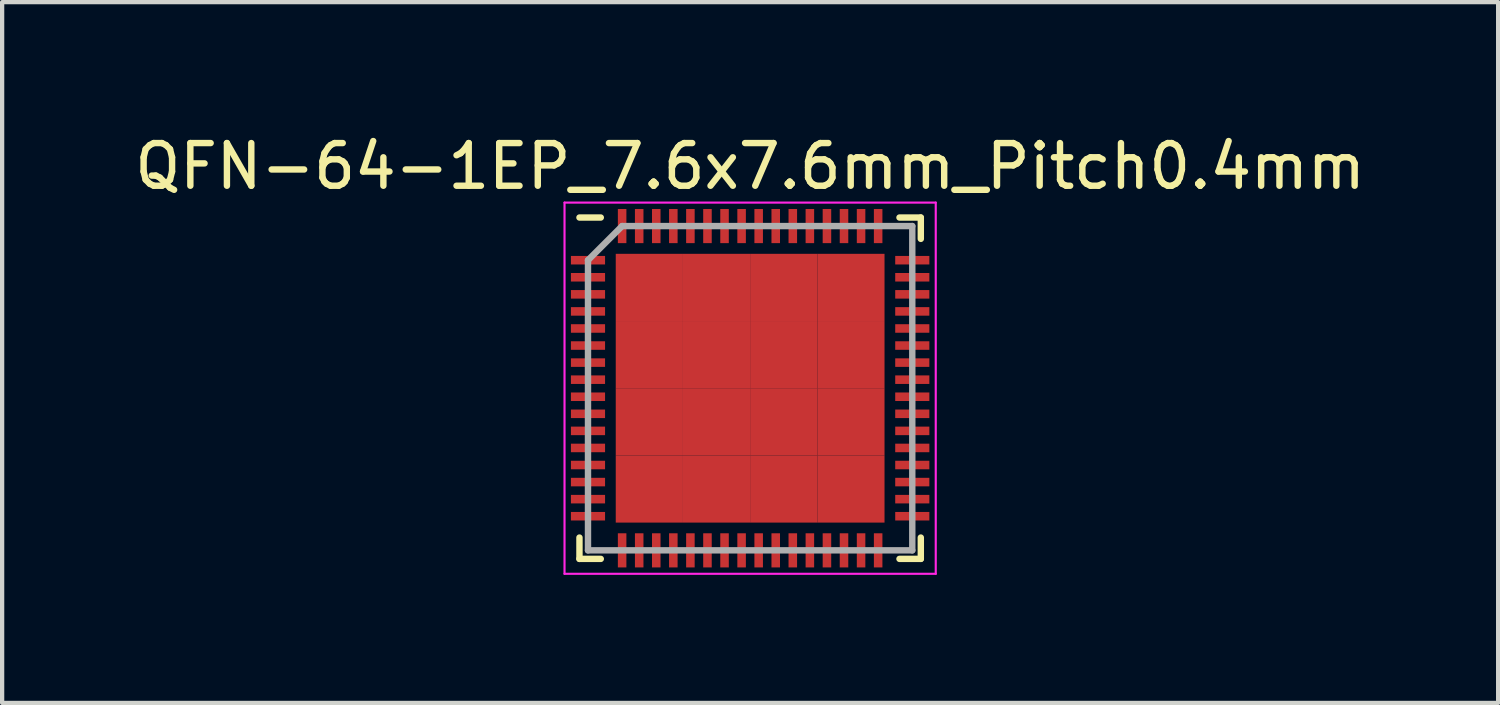
<source format=kicad_pcb>
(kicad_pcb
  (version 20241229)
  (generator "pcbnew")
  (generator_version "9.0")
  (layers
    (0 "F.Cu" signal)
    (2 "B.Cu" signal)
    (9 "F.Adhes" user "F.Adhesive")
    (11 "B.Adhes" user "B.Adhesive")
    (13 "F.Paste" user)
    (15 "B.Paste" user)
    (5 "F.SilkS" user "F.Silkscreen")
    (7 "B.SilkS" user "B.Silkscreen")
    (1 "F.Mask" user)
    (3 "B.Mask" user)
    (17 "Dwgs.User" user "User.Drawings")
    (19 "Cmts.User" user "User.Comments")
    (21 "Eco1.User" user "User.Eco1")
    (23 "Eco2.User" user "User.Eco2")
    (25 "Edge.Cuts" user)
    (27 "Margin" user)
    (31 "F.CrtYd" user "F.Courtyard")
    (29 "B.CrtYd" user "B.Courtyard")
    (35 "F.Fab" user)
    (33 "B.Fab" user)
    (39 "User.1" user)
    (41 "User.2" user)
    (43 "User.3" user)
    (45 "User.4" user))
  (footprint "QFN-64-1EP_7.6x7.6mm_Pitch0.4mm"
    (layer "F.Cu")
    (at 14.53 6.048)
    (property "Reference" "QFN-64-1EP_7.6x7.6mm_Pitch0.4mm" (at 0 -5.2 0) (layer "F.SilkS") (effects (font (size 1 1) (thickness 0.15))))
    (attr smd)
    (fp_line (start -4 -4) (end -3.5 -4) (stroke (width 0.15) (type solid)) (layer "F.SilkS"))
    (fp_line (start -4 4) (end -4 3.5) (stroke (width 0.15) (type solid)) (layer "F.SilkS"))
    (fp_line (start -4 4) (end -3.5 4) (stroke (width 0.15) (type solid)) (layer "F.SilkS"))
    (fp_line (start 4 -4) (end 3.5 -4) (stroke (width 0.15) (type solid)) (layer "F.SilkS"))
    (fp_line (start 4 -4) (end 4 -3.5) (stroke (width 0.15) (type solid)) (layer "F.SilkS"))
    (fp_line (start 4 4) (end 3.5 4) (stroke (width 0.15) (type solid)) (layer "F.SilkS"))
    (fp_line (start 4 4) (end 4 3.5) (stroke (width 0.15) (type solid)) (layer "F.SilkS"))
    (fp_line (start -4.35 -4.35) (end -4.35 4.35) (stroke (width 0.05) (type solid)) (layer "F.CrtYd"))
    (fp_line (start -4.35 -4.35) (end 4.35 -4.35) (stroke (width 0.05) (type solid)) (layer "F.CrtYd"))
    (fp_line (start -4.35 4.35) (end 4.35 4.35) (stroke (width 0.05) (type solid)) (layer "F.CrtYd"))
    (fp_line (start 4.35 -4.35) (end 4.35 4.35) (stroke (width 0.05) (type solid)) (layer "F.CrtYd"))
    (fp_line (start -3.8 -3) (end -3 -3.8) (stroke (width 0.15) (type solid)) (layer "F.Fab"))
    (fp_line (start -3.8 3.8) (end -3.8 -3) (stroke (width 0.15) (type solid)) (layer "F.Fab"))
    (fp_line (start -3 -3.8) (end 3.8 -3.8) (stroke (width 0.15) (type solid)) (layer "F.Fab"))
    (fp_line (start 3.8 -3.8) (end 3.8 3.8) (stroke (width 0.15) (type solid)) (layer "F.Fab"))
    (fp_line (start 3.8 3.8) (end -3.8 3.8) (stroke (width 0.15) (type solid)) (layer "F.Fab"))
    (pad "1" smd rect (at -3 -3.8) (size 0.2 0.8) (layers "F.Cu" "F.Mask" "F.Paste"))
    (pad "2" smd rect (at -2.6 -3.8) (size 0.2 0.8) (layers "F.Cu" "F.Mask" "F.Paste"))
    (pad "3" smd rect (at -2.2 -3.8) (size 0.2 0.8) (layers "F.Cu" "F.Mask" "F.Paste"))
    (pad "4" smd rect (at -1.8 -3.8) (size 0.2 0.8) (layers "F.Cu" "F.Mask" "F.Paste"))
    (pad "5" smd rect (at -1.4 -3.8) (size 0.2 0.8) (layers "F.Cu" "F.Mask" "F.Paste"))
    (pad "6" smd rect (at -1 -3.8) (size 0.2 0.8) (layers "F.Cu" "F.Mask" "F.Paste"))
    (pad "7" smd rect (at -0.6 -3.8) (size 0.2 0.8) (layers "F.Cu" "F.Mask" "F.Paste"))
    (pad "8" smd rect (at -0.2 -3.8) (size 0.2 0.8) (layers "F.Cu" "F.Mask" "F.Paste"))
    (pad "9" smd rect (at 0.2 -3.8) (size 0.2 0.8) (layers "F.Cu" "F.Mask" "F.Paste"))
    (pad "10" smd rect (at 0.6 -3.8) (size 0.2 0.8) (layers "F.Cu" "F.Mask" "F.Paste"))
    (pad "11" smd rect (at 1 -3.8) (size 0.2 0.8) (layers "F.Cu" "F.Mask" "F.Paste"))
    (pad "12" smd rect (at 1.4 -3.8) (size 0.2 0.8) (layers "F.Cu" "F.Mask" "F.Paste"))
    (pad "13" smd rect (at 1.8 -3.8) (size 0.2 0.8) (layers "F.Cu" "F.Mask" "F.Paste"))
    (pad "14" smd rect (at 2.2 -3.8) (size 0.2 0.8) (layers "F.Cu" "F.Mask" "F.Paste"))
    (pad "15" smd rect (at 2.6 -3.8) (size 0.2 0.8) (layers "F.Cu" "F.Mask" "F.Paste"))
    (pad "16" smd rect (at 3 -3.8) (size 0.2 0.8) (layers "F.Cu" "F.Mask" "F.Paste"))
    (pad "17" smd rect (at 3.8 -3 270) (size 0.2 0.8) (layers "F.Cu" "F.Mask" "F.Paste"))
    (pad "18" smd rect (at 3.8 -2.6 270) (size 0.2 0.8) (layers "F.Cu" "F.Mask" "F.Paste"))
    (pad "19" smd rect (at 3.8 -2.2 270) (size 0.2 0.8) (layers "F.Cu" "F.Mask" "F.Paste"))
    (pad "20" smd rect (at 3.8 -1.8 270) (size 0.2 0.8) (layers "F.Cu" "F.Mask" "F.Paste"))
    (pad "21" smd rect (at 3.8 -1.4 270) (size 0.2 0.8) (layers "F.Cu" "F.Mask" "F.Paste"))
    (pad "22" smd rect (at 3.8 -1 270) (size 0.2 0.8) (layers "F.Cu" "F.Mask" "F.Paste"))
    (pad "23" smd rect (at 3.8 -0.6 270) (size 0.2 0.8) (layers "F.Cu" "F.Mask" "F.Paste"))
    (pad "24" smd rect (at 3.8 -0.2 270) (size 0.2 0.8) (layers "F.Cu" "F.Mask" "F.Paste"))
    (pad "25" smd rect (at 3.8 0.2 270) (size 0.2 0.8) (layers "F.Cu" "F.Mask" "F.Paste"))
    (pad "26" smd rect (at 3.8 0.6 270) (size 0.2 0.8) (layers "F.Cu" "F.Mask" "F.Paste"))
    (pad "27" smd rect (at 3.8 1 270) (size 0.2 0.8) (layers "F.Cu" "F.Mask" "F.Paste"))
    (pad "28" smd rect (at 3.8 1.4 270) (size 0.2 0.8) (layers "F.Cu" "F.Mask" "F.Paste"))
    (pad "29" smd rect (at 3.8 1.8 270) (size 0.2 0.8) (layers "F.Cu" "F.Mask" "F.Paste"))
    (pad "30" smd rect (at 3.8 2.2 270) (size 0.2 0.8) (layers "F.Cu" "F.Mask" "F.Paste"))
    (pad "31" smd rect (at 3.8 2.6 270) (size 0.2 0.8) (layers "F.Cu" "F.Mask" "F.Paste"))
    (pad "32" smd rect (at 3.8 3 270) (size 0.2 0.8) (layers "F.Cu" "F.Mask" "F.Paste"))
    (pad "33" smd rect (at 3 3.8) (size 0.2 0.8) (layers "F.Cu" "F.Mask" "F.Paste"))
    (pad "34" smd rect (at 2.6 3.8) (size 0.2 0.8) (layers "F.Cu" "F.Mask" "F.Paste"))
    (pad "35" smd rect (at 2.2 3.8) (size 0.2 0.8) (layers "F.Cu" "F.Mask" "F.Paste"))
    (pad "36" smd rect (at 1.8 3.8) (size 0.2 0.8) (layers "F.Cu" "F.Mask" "F.Paste"))
    (pad "37" smd rect (at 1.4 3.8) (size 0.2 0.8) (layers "F.Cu" "F.Mask" "F.Paste"))
    (pad "38" smd rect (at 1 3.8) (size 0.2 0.8) (layers "F.Cu" "F.Mask" "F.Paste"))
    (pad "39" smd rect (at 0.6 3.8) (size 0.2 0.8) (layers "F.Cu" "F.Mask" "F.Paste"))
    (pad "40" smd rect (at 0.2 3.8) (size 0.2 0.8) (layers "F.Cu" "F.Mask" "F.Paste"))
    (pad "41" smd rect (at -0.2 3.8) (size 0.2 0.8) (layers "F.Cu" "F.Mask" "F.Paste"))
    (pad "42" smd rect (at -0.6 3.8) (size 0.2 0.8) (layers "F.Cu" "F.Mask" "F.Paste"))
    (pad "43" smd rect (at -1 3.8) (size 0.2 0.8) (layers "F.Cu" "F.Mask" "F.Paste"))
    (pad "44" smd rect (at -1.4 3.8) (size 0.2 0.8) (layers "F.Cu" "F.Mask" "F.Paste"))
    (pad "45" smd rect (at -1.8 3.8) (size 0.2 0.8) (layers "F.Cu" "F.Mask" "F.Paste"))
    (pad "46" smd rect (at -2.2 3.8) (size 0.2 0.8) (layers "F.Cu" "F.Mask" "F.Paste"))
    (pad "47" smd rect (at -2.6 3.8) (size 0.2 0.8) (layers "F.Cu" "F.Mask" "F.Paste"))
    (pad "48" smd rect (at -3 3.8) (size 0.2 0.8) (layers "F.Cu" "F.Mask" "F.Paste"))
    (pad "49" smd rect (at -3.8 3 270) (size 0.2 0.8) (layers "F.Cu" "F.Mask" "F.Paste"))
    (pad "50" smd rect (at -3.8 2.6 270) (size 0.2 0.8) (layers "F.Cu" "F.Mask" "F.Paste"))
    (pad "51" smd rect (at -3.8 2.2 270) (size 0.2 0.8) (layers "F.Cu" "F.Mask" "F.Paste"))
    (pad "52" smd rect (at -3.8 1.8 270) (size 0.2 0.8) (layers "F.Cu" "F.Mask" "F.Paste"))
    (pad "53" smd rect (at -3.8 1.4 270) (size 0.2 0.8) (layers "F.Cu" "F.Mask" "F.Paste"))
    (pad "54" smd rect (at -3.8 1 270) (size 0.2 0.8) (layers "F.Cu" "F.Mask" "F.Paste"))
    (pad "55" smd rect (at -3.8 0.6 270) (size 0.2 0.8) (layers "F.Cu" "F.Mask" "F.Paste"))
    (pad "56" smd rect (at -3.8 0.2 270) (size 0.2 0.8) (layers "F.Cu" "F.Mask" "F.Paste"))
    (pad "57" smd rect (at -3.8 -0.2 270) (size 0.2 0.8) (layers "F.Cu" "F.Mask" "F.Paste"))
    (pad "58" smd rect (at -3.8 -0.6 270) (size 0.2 0.8) (layers "F.Cu" "F.Mask" "F.Paste"))
    (pad "59" smd rect (at -3.8 -1 270) (size 0.2 0.8) (layers "F.Cu" "F.Mask" "F.Paste"))
    (pad "60" smd rect (at -3.8 -1.4 270) (size 0.2 0.8) (layers "F.Cu" "F.Mask" "F.Paste"))
    (pad "61" smd rect (at -3.8 -1.8 270) (size 0.2 0.8) (layers "F.Cu" "F.Mask" "F.Paste"))
    (pad "62" smd rect (at -3.8 -2.2 270) (size 0.2 0.8) (layers "F.Cu" "F.Mask" "F.Paste"))
    (pad "63" smd rect (at -3.8 -2.6 270) (size 0.2 0.8) (layers "F.Cu" "F.Mask" "F.Paste"))
    (pad "64" smd rect (at -3.8 -3 270) (size 0.2 0.8) (layers "F.Cu" "F.Mask" "F.Paste"))
    (pad "65" smd rect (at -2.362 -2.362 270) (size 1.575 1.575) (layers "F.Cu" "F.Mask" "F.Paste"))
    (pad "65" smd rect (at -2.362 -0.787 270) (size 1.575 1.575) (layers "F.Cu" "F.Mask" "F.Paste"))
    (pad "65" smd rect (at -2.362 0.787 270) (size 1.575 1.575) (layers "F.Cu" "F.Mask" "F.Paste"))
    (pad "65" smd rect (at -2.362 2.362 270) (size 1.575 1.575) (layers "F.Cu" "F.Mask" "F.Paste"))
    (pad "65" smd rect (at -0.787 -2.362 270) (size 1.575 1.575) (layers "F.Cu" "F.Mask" "F.Paste"))
    (pad "65" smd rect (at -0.787 -0.787 270) (size 1.575 1.575) (layers "F.Cu" "F.Mask" "F.Paste"))
    (pad "65" smd rect (at -0.787 0.787 270) (size 1.575 1.575) (layers "F.Cu" "F.Mask" "F.Paste"))
    (pad "65" smd rect (at -0.787 2.362 270) (size 1.575 1.575) (layers "F.Cu" "F.Mask" "F.Paste"))
    (pad "65" smd rect (at 0.787 -2.362 270) (size 1.575 1.575) (layers "F.Cu" "F.Mask" "F.Paste"))
    (pad "65" smd rect (at 0.787 -0.787 270) (size 1.575 1.575) (layers "F.Cu" "F.Mask" "F.Paste"))
    (pad "65" smd rect (at 0.787 0.787 270) (size 1.575 1.575) (layers "F.Cu" "F.Mask" "F.Paste"))
    (pad "65" smd rect (at 0.787 2.362 270) (size 1.575 1.575) (layers "F.Cu" "F.Mask" "F.Paste"))
    (pad "65" smd rect (at 2.362 -2.362 270) (size 1.575 1.575) (layers "F.Cu" "F.Mask" "F.Paste"))
    (pad "65" smd rect (at 2.362 -0.787 270) (size 1.575 1.575) (layers "F.Cu" "F.Mask" "F.Paste"))
    (pad "65" smd rect (at 2.362 0.787 270) (size 1.575 1.575) (layers "F.Cu" "F.Mask" "F.Paste"))
    (pad "65" smd rect (at 2.362 2.362 270) (size 1.575 1.575) (layers "F.Cu" "F.Mask" "F.Paste")))
  (gr_rect
    (start -3 -3)
    (end 32.06 13.423)
    (stroke (width 0.1) (type default))
    (fill no)
    (layer "Edge.Cuts")))
</source>
